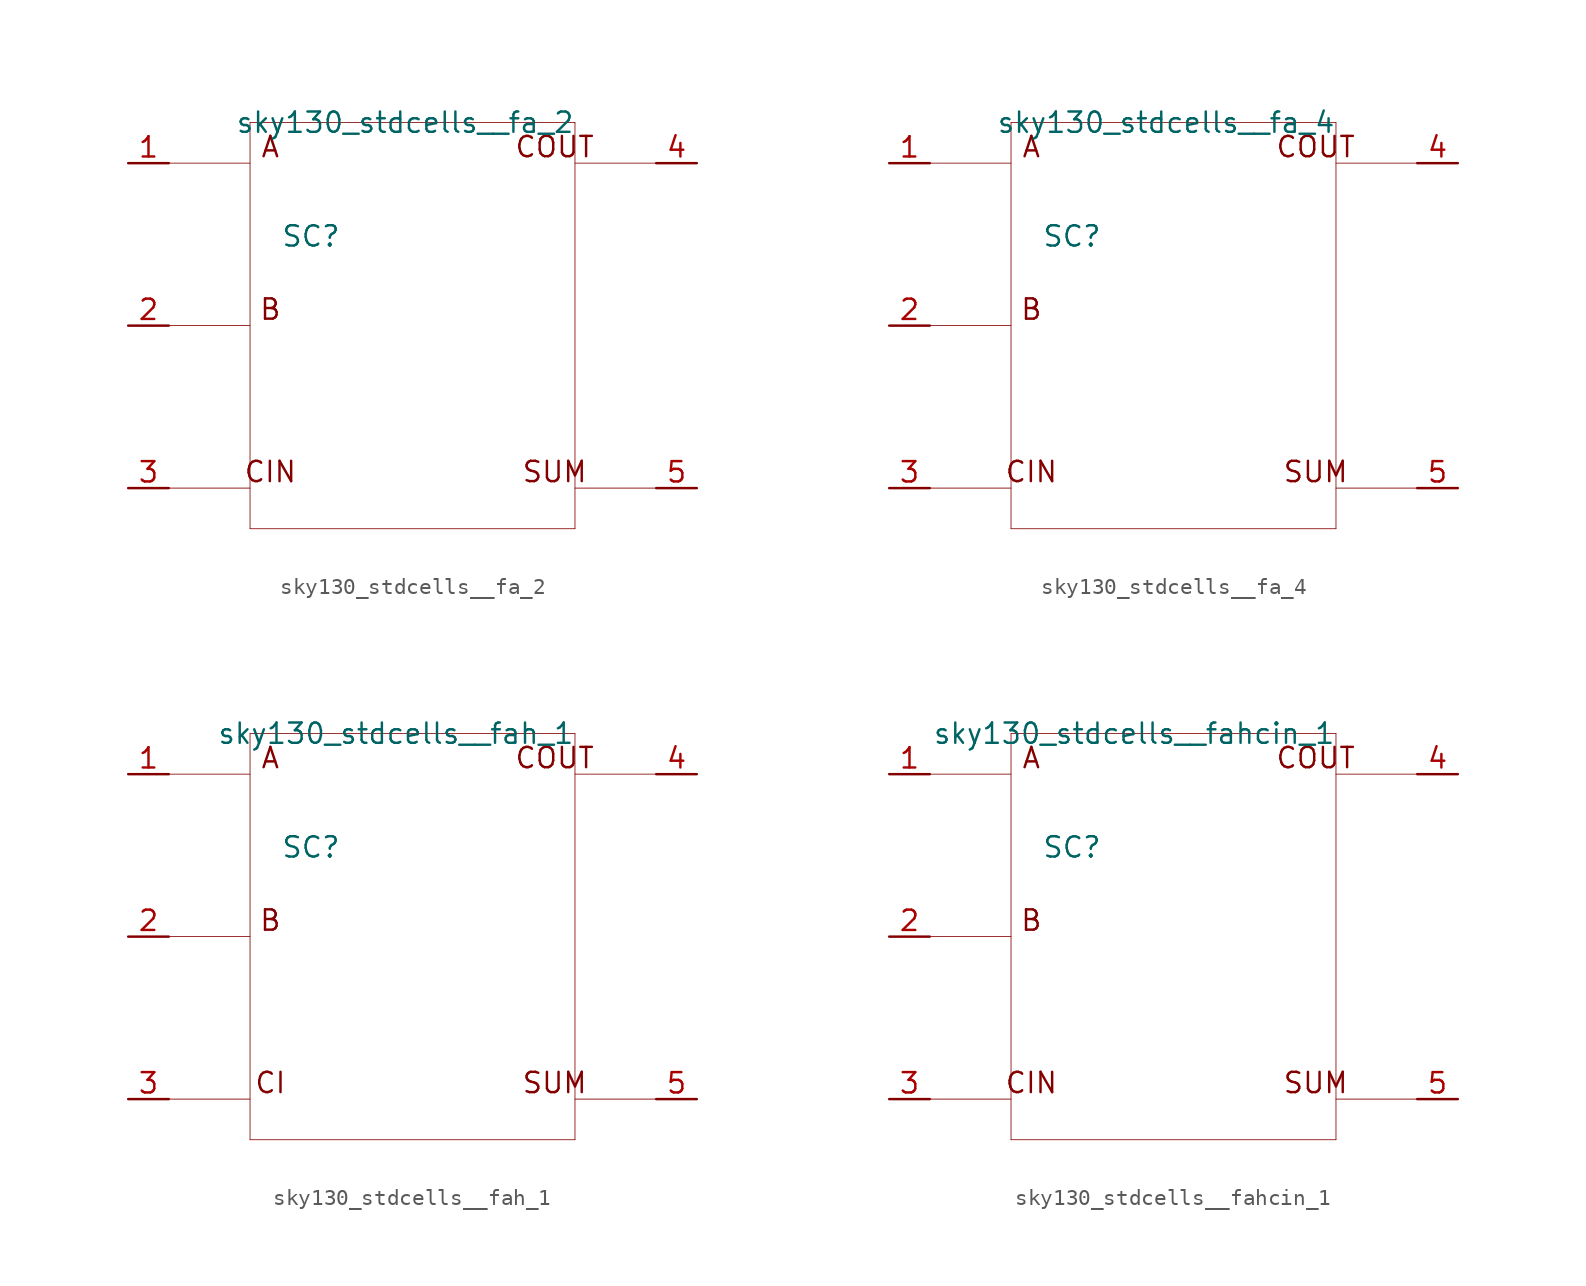
<source format=kicad_sym>
(kicad_symbol_lib
  (version 20211014)
  (generator kicad_symbol_editor)
  (symbol "sky130_stdcells__fa_2"
    (pin_names hide)
    (property "Reference" "SC"
      (at -6.35 5.588 0)
      (effects (font (size 1.27 1.27))))
    (property "Value" "sky130_stdcells__fa_2"
      (at 10.16 12.7 0)
      (effects (font (size 1.27 1.27)) (justify right)))
    (symbol "sky130_stdcells__fa_2_0_0"
      (polyline (pts (xy -15.24 -10.16) (xy -10.16 -10.16)) (stroke (width 0.051) (type default) (color 0 0 0 0)) (fill (type none)))
      (polyline (pts (xy -15.24 0) (xy -10.16 0)) (stroke (width 0.051) (type default) (color 0 0 0 0)) (fill (type none)))
      (polyline (pts (xy -15.24 10.16) (xy -10.16 10.16)) (stroke (width 0.051) (type default) (color 0 0 0 0)) (fill (type none)))
      (polyline (pts (xy -10.16 -12.7) (xy 10.16 -12.7)) (stroke (width 0.051) (type default) (color 0 0 0 0)) (fill (type none)))
      (polyline (pts (xy -10.16 12.7) (xy -10.16 -12.7)) (stroke (width 0.051) (type default) (color 0 0 0 0)) (fill (type none)))
      (polyline (pts (xy -10.16 12.7) (xy 10.16 12.7)) (stroke (width 0.051) (type default) (color 0 0 0 0)) (fill (type none)))
      (polyline (pts (xy 10.16 -10.16) (xy 15.24 -10.16)) (stroke (width 0.051) (type default) (color 0 0 0 0)) (fill (type none)))
      (polyline (pts (xy 10.16 10.16) (xy 15.24 10.16)) (stroke (width 0.051) (type default) (color 0 0 0 0)) (fill (type none)))
      (polyline (pts (xy 10.16 12.7) (xy 10.16 -12.7)) (stroke (width 0.051) (type default) (color 0 0 0 0)) (fill (type none)))
      (text "A" (at -8.89 11.176 0) (effects (font (size 1.27 1.27))))
      (text "B" (at -8.89 1.016 0) (effects (font (size 1.27 1.27))))
      (text "CIN" (at -8.89 -9.144 0) (effects (font (size 1.27 1.27))))
      (text "COUT" (at 8.89 11.176 0) (effects (font (size 1.27 1.27))))
      (text "SUM" (at 8.89 -9.144 0) (effects (font (size 1.27 1.27)))))
    (symbol "sky130_stdcells__fa_2_1_1"
      (pin input line (at -17.78 10.16 0) (length 2.54) (name "A" (effects (font (size 1.092 1.092)))) (number "1" (effects (font (size 1.27 1.27)))))
      (pin input line (at -17.78 0 0) (length 2.54) (name "B" (effects (font (size 1.092 1.092)))) (number "2" (effects (font (size 1.27 1.27)))))
      (pin input line (at -17.78 -10.16 0) (length 2.54) (name "CIN" (effects (font (size 1.092 1.092)))) (number "3" (effects (font (size 1.27 1.27)))))
      (pin output line (at 17.78 10.16 180) (length 2.54) (name "COUT" (effects (font (size 1.092 1.092)))) (number "4" (effects (font (size 1.27 1.27)))))
      (pin output line (at 17.78 -10.16 180) (length 2.54) (name "SUM" (effects (font (size 1.092 1.092)))) (number "5" (effects (font (size 1.27 1.27)))))))
  (symbol "sky130_stdcells__fa_4"
    (pin_names hide)
    (property "Reference" "SC"
      (at -6.35 5.588 0)
      (effects (font (size 1.27 1.27))))
    (property "Value" "sky130_stdcells__fa_4"
      (at 10.16 12.7 0)
      (effects (font (size 1.27 1.27)) (justify right)))
    (symbol "sky130_stdcells__fa_4_0_0"
      (polyline (pts (xy -15.24 -10.16) (xy -10.16 -10.16)) (stroke (width 0.051) (type default) (color 0 0 0 0)) (fill (type none)))
      (polyline (pts (xy -15.24 0) (xy -10.16 0)) (stroke (width 0.051) (type default) (color 0 0 0 0)) (fill (type none)))
      (polyline (pts (xy -15.24 10.16) (xy -10.16 10.16)) (stroke (width 0.051) (type default) (color 0 0 0 0)) (fill (type none)))
      (polyline (pts (xy -10.16 -12.7) (xy 10.16 -12.7)) (stroke (width 0.051) (type default) (color 0 0 0 0)) (fill (type none)))
      (polyline (pts (xy -10.16 12.7) (xy -10.16 -12.7)) (stroke (width 0.051) (type default) (color 0 0 0 0)) (fill (type none)))
      (polyline (pts (xy -10.16 12.7) (xy 10.16 12.7)) (stroke (width 0.051) (type default) (color 0 0 0 0)) (fill (type none)))
      (polyline (pts (xy 10.16 -10.16) (xy 15.24 -10.16)) (stroke (width 0.051) (type default) (color 0 0 0 0)) (fill (type none)))
      (polyline (pts (xy 10.16 10.16) (xy 15.24 10.16)) (stroke (width 0.051) (type default) (color 0 0 0 0)) (fill (type none)))
      (polyline (pts (xy 10.16 12.7) (xy 10.16 -12.7)) (stroke (width 0.051) (type default) (color 0 0 0 0)) (fill (type none)))
      (text "A" (at -8.89 11.176 0) (effects (font (size 1.27 1.27))))
      (text "B" (at -8.89 1.016 0) (effects (font (size 1.27 1.27))))
      (text "CIN" (at -8.89 -9.144 0) (effects (font (size 1.27 1.27))))
      (text "COUT" (at 8.89 11.176 0) (effects (font (size 1.27 1.27))))
      (text "SUM" (at 8.89 -9.144 0) (effects (font (size 1.27 1.27)))))
    (symbol "sky130_stdcells__fa_4_1_1"
      (pin input line (at -17.78 10.16 0) (length 2.54) (name "A" (effects (font (size 1.092 1.092)))) (number "1" (effects (font (size 1.27 1.27)))))
      (pin input line (at -17.78 0 0) (length 2.54) (name "B" (effects (font (size 1.092 1.092)))) (number "2" (effects (font (size 1.27 1.27)))))
      (pin input line (at -17.78 -10.16 0) (length 2.54) (name "CIN" (effects (font (size 1.092 1.092)))) (number "3" (effects (font (size 1.27 1.27)))))
      (pin output line (at 17.78 10.16 180) (length 2.54) (name "COUT" (effects (font (size 1.092 1.092)))) (number "4" (effects (font (size 1.27 1.27)))))
      (pin output line (at 17.78 -10.16 180) (length 2.54) (name "SUM" (effects (font (size 1.092 1.092)))) (number "5" (effects (font (size 1.27 1.27)))))))
  (symbol "sky130_stdcells__fah_1"
    (pin_names hide)
    (property "Reference" "SC"
      (at -6.35 5.588 0)
      (effects (font (size 1.27 1.27))))
    (property "Value" "sky130_stdcells__fah_1"
      (at 10.16 12.7 0)
      (effects (font (size 1.27 1.27)) (justify right)))
    (symbol "sky130_stdcells__fah_1_0_0"
      (polyline (pts (xy -15.24 -10.16) (xy -10.16 -10.16)) (stroke (width 0.051) (type default) (color 0 0 0 0)) (fill (type none)))
      (polyline (pts (xy -15.24 0) (xy -10.16 0)) (stroke (width 0.051) (type default) (color 0 0 0 0)) (fill (type none)))
      (polyline (pts (xy -15.24 10.16) (xy -10.16 10.16)) (stroke (width 0.051) (type default) (color 0 0 0 0)) (fill (type none)))
      (polyline (pts (xy -10.16 -12.7) (xy 10.16 -12.7)) (stroke (width 0.051) (type default) (color 0 0 0 0)) (fill (type none)))
      (polyline (pts (xy -10.16 12.7) (xy -10.16 -12.7)) (stroke (width 0.051) (type default) (color 0 0 0 0)) (fill (type none)))
      (polyline (pts (xy -10.16 12.7) (xy 10.16 12.7)) (stroke (width 0.051) (type default) (color 0 0 0 0)) (fill (type none)))
      (polyline (pts (xy 10.16 -10.16) (xy 15.24 -10.16)) (stroke (width 0.051) (type default) (color 0 0 0 0)) (fill (type none)))
      (polyline (pts (xy 10.16 10.16) (xy 15.24 10.16)) (stroke (width 0.051) (type default) (color 0 0 0 0)) (fill (type none)))
      (polyline (pts (xy 10.16 12.7) (xy 10.16 -12.7)) (stroke (width 0.051) (type default) (color 0 0 0 0)) (fill (type none)))
      (text "A" (at -8.89 11.176 0) (effects (font (size 1.27 1.27))))
      (text "B" (at -8.89 1.016 0) (effects (font (size 1.27 1.27))))
      (text "CI" (at -8.89 -9.144 0) (effects (font (size 1.27 1.27))))
      (text "COUT" (at 8.89 11.176 0) (effects (font (size 1.27 1.27))))
      (text "SUM" (at 8.89 -9.144 0) (effects (font (size 1.27 1.27)))))
    (symbol "sky130_stdcells__fah_1_1_1"
      (pin input line (at -17.78 10.16 0) (length 2.54) (name "A" (effects (font (size 1.092 1.092)))) (number "1" (effects (font (size 1.27 1.27)))))
      (pin input line (at -17.78 0 0) (length 2.54) (name "B" (effects (font (size 1.092 1.092)))) (number "2" (effects (font (size 1.27 1.27)))))
      (pin input line (at -17.78 -10.16 0) (length 2.54) (name "CI" (effects (font (size 1.092 1.092)))) (number "3" (effects (font (size 1.27 1.27)))))
      (pin output line (at 17.78 10.16 180) (length 2.54) (name "COUT" (effects (font (size 1.092 1.092)))) (number "4" (effects (font (size 1.27 1.27)))))
      (pin output line (at 17.78 -10.16 180) (length 2.54) (name "SUM" (effects (font (size 1.092 1.092)))) (number "5" (effects (font (size 1.27 1.27)))))))
  (symbol "sky130_stdcells__fahcin_1"
    (pin_names hide)
    (property "Reference" "SC"
      (at -6.35 5.588 0)
      (effects (font (size 1.27 1.27))))
    (property "Value" "sky130_stdcells__fahcin_1"
      (at 10.16 12.7 0)
      (effects (font (size 1.27 1.27)) (justify right)))
    (symbol "sky130_stdcells__fahcin_1_0_0"
      (polyline (pts (xy -15.24 -10.16) (xy -10.16 -10.16)) (stroke (width 0.051) (type default) (color 0 0 0 0)) (fill (type none)))
      (polyline (pts (xy -15.24 0) (xy -10.16 0)) (stroke (width 0.051) (type default) (color 0 0 0 0)) (fill (type none)))
      (polyline (pts (xy -15.24 10.16) (xy -10.16 10.16)) (stroke (width 0.051) (type default) (color 0 0 0 0)) (fill (type none)))
      (polyline (pts (xy -10.16 -12.7) (xy 10.16 -12.7)) (stroke (width 0.051) (type default) (color 0 0 0 0)) (fill (type none)))
      (polyline (pts (xy -10.16 12.7) (xy -10.16 -12.7)) (stroke (width 0.051) (type default) (color 0 0 0 0)) (fill (type none)))
      (polyline (pts (xy -10.16 12.7) (xy 10.16 12.7)) (stroke (width 0.051) (type default) (color 0 0 0 0)) (fill (type none)))
      (polyline (pts (xy 10.16 -10.16) (xy 15.24 -10.16)) (stroke (width 0.051) (type default) (color 0 0 0 0)) (fill (type none)))
      (polyline (pts (xy 10.16 10.16) (xy 15.24 10.16)) (stroke (width 0.051) (type default) (color 0 0 0 0)) (fill (type none)))
      (polyline (pts (xy 10.16 12.7) (xy 10.16 -12.7)) (stroke (width 0.051) (type default) (color 0 0 0 0)) (fill (type none)))
      (text "A" (at -8.89 11.176 0) (effects (font (size 1.27 1.27))))
      (text "B" (at -8.89 1.016 0) (effects (font (size 1.27 1.27))))
      (text "CIN" (at -8.89 -9.144 0) (effects (font (size 1.27 1.27))))
      (text "COUT" (at 8.89 11.176 0) (effects (font (size 1.27 1.27))))
      (text "SUM" (at 8.89 -9.144 0) (effects (font (size 1.27 1.27)))))
    (symbol "sky130_stdcells__fahcin_1_1_1"
      (pin input line (at -17.78 10.16 0) (length 2.54) (name "A" (effects (font (size 1.092 1.092)))) (number "1" (effects (font (size 1.27 1.27)))))
      (pin input line (at -17.78 0 0) (length 2.54) (name "B" (effects (font (size 1.092 1.092)))) (number "2" (effects (font (size 1.27 1.27)))))
      (pin input line (at -17.78 -10.16 0) (length 2.54) (name "CIN" (effects (font (size 1.092 1.092)))) (number "3" (effects (font (size 1.27 1.27)))))
      (pin output line (at 17.78 10.16 180) (length 2.54) (name "COUT" (effects (font (size 1.092 1.092)))) (number "4" (effects (font (size 1.27 1.27)))))
      (pin output line (at 17.78 -10.16 180) (length 2.54) (name "SUM" (effects (font (size 1.092 1.092)))) (number "5" (effects (font (size 1.27 1.27))))))))
</source>
